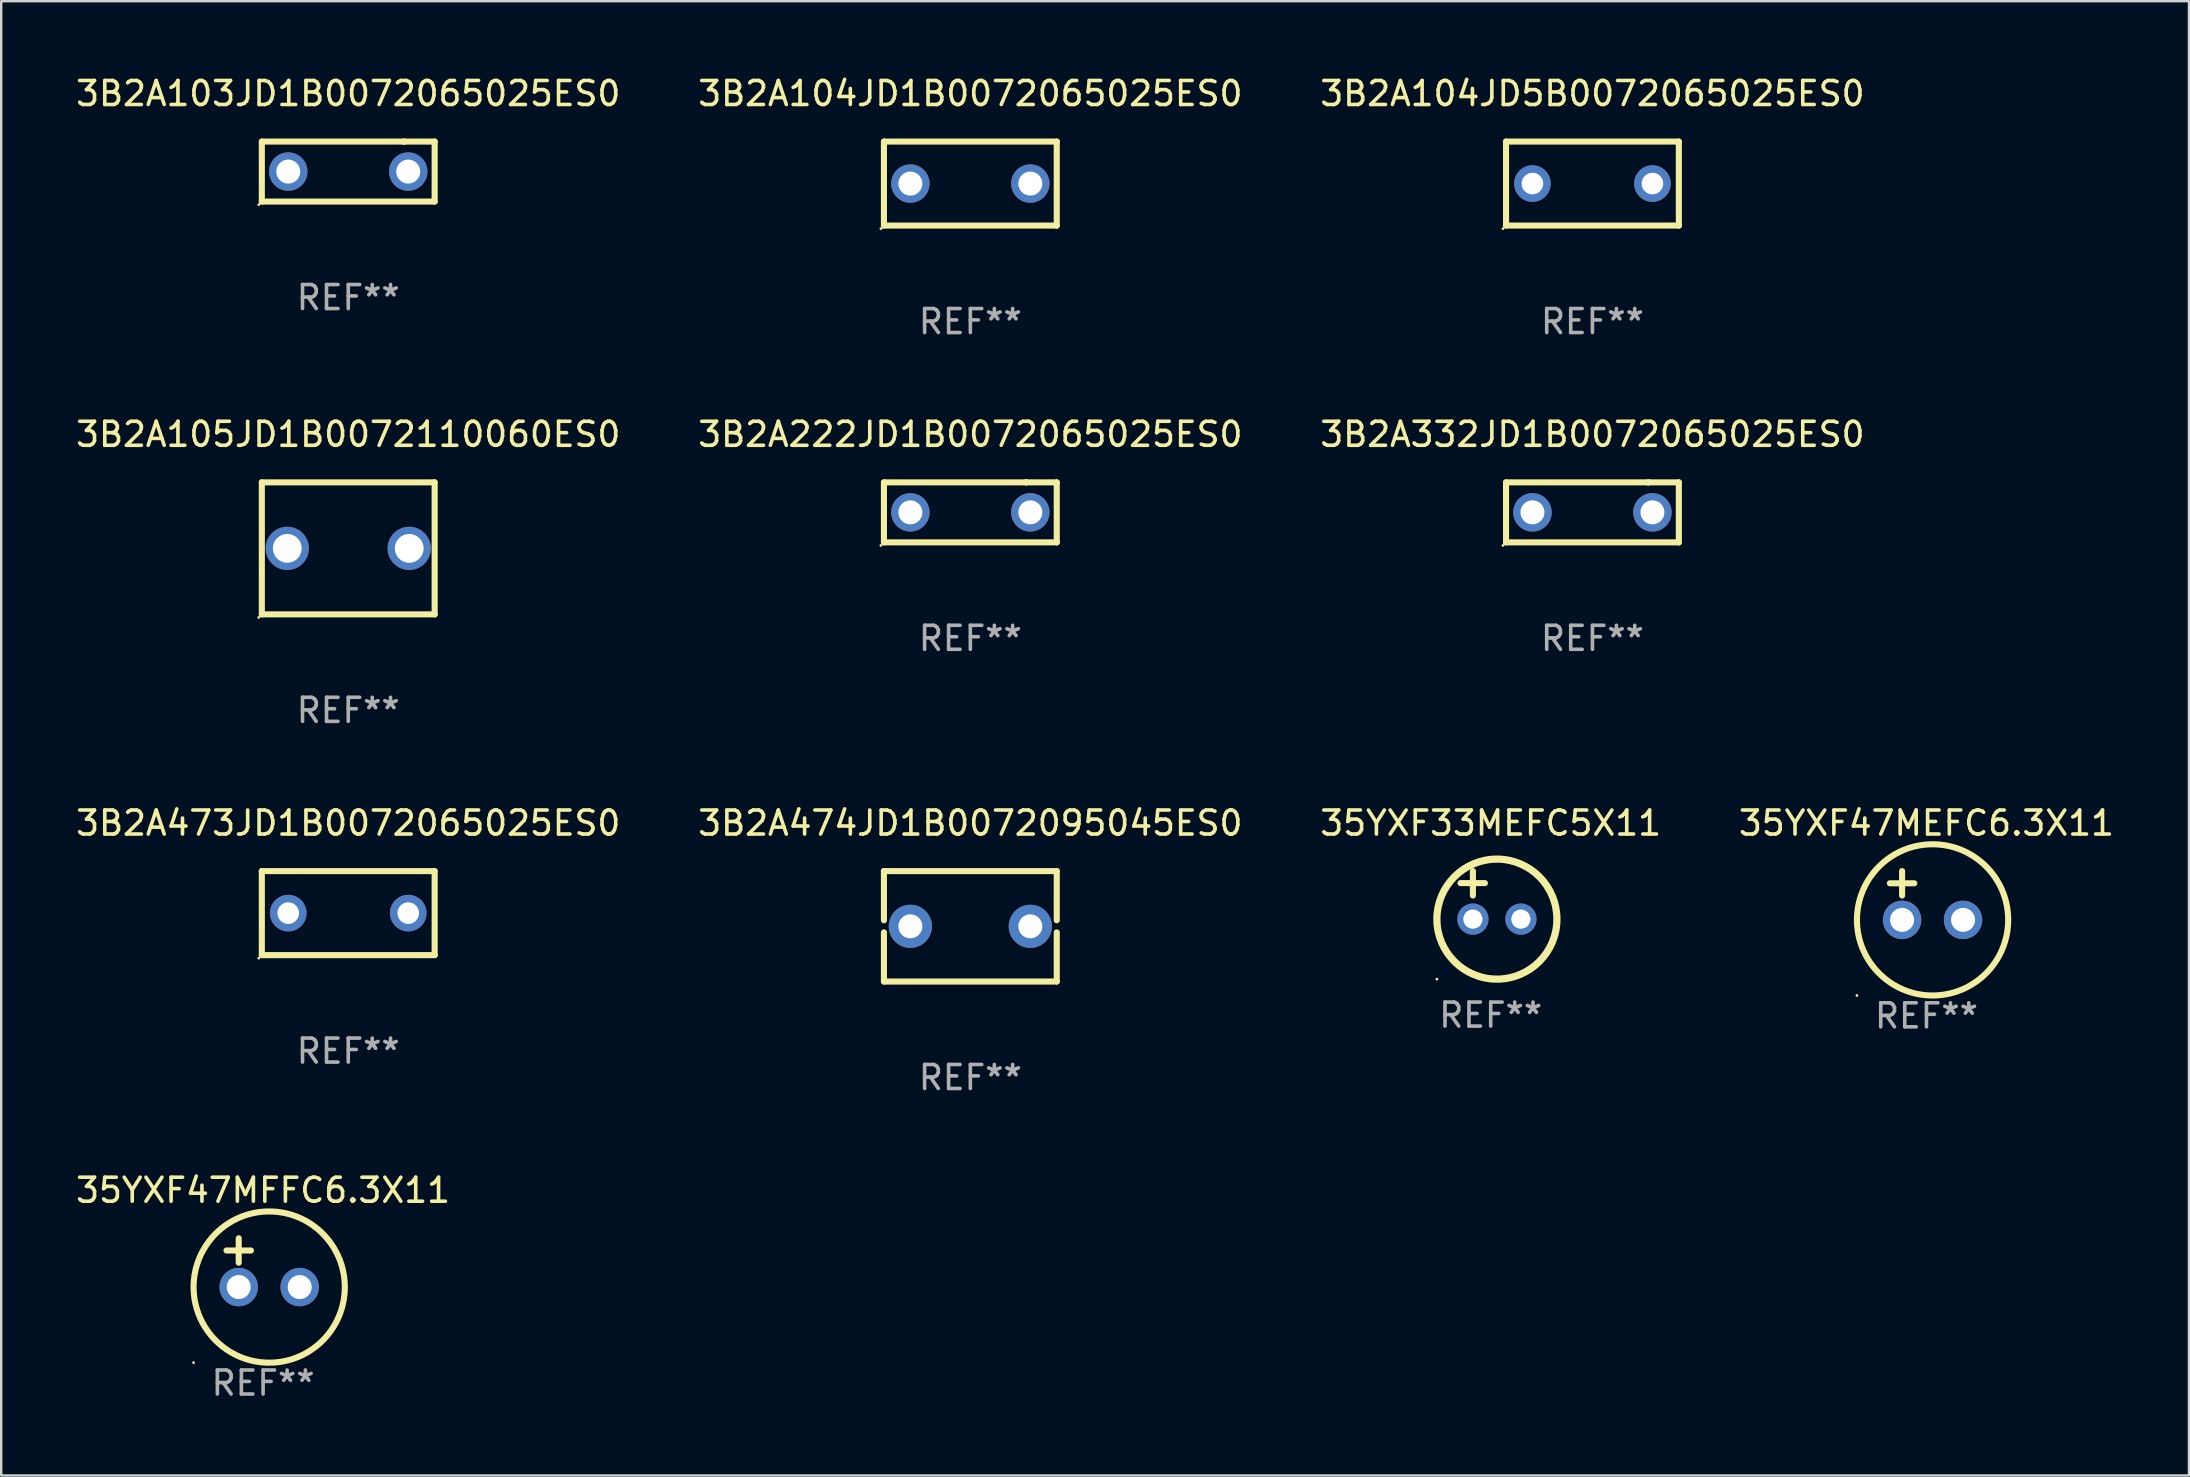
<source format=kicad_pcb>
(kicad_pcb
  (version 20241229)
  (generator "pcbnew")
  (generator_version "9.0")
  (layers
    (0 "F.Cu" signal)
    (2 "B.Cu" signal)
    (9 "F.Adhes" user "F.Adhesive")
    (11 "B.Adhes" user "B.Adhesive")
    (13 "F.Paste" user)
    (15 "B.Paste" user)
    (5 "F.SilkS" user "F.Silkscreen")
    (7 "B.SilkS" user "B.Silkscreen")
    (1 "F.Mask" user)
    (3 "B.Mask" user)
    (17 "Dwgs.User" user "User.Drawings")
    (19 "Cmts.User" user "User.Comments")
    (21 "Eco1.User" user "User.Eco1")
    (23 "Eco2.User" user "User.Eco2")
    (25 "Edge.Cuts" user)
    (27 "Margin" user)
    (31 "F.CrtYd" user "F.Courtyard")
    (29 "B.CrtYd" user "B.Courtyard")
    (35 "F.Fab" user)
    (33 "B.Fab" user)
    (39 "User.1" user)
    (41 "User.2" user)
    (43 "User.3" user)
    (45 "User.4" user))
  (footprint "3B2A332JD1B0072065025ES0"
    (layer "F.Cu")
    (at 63.292 18.295)
    (property "Reference" "3B2A332JD1B0072065025ES0" (at 0 -3.25 0) (layer "F.SilkS") (effects (font (size 1 1) (thickness 0.15))))
    (attr through_hole)
    (fp_line (start -3.6 1.25) (end -3.6 -1.25) (stroke (width 0.254) (type solid)) (layer "F.SilkS"))
    (fp_line (start -3.6 1.25) (end 3.6 1.25) (stroke (width 0.254) (type solid)) (layer "F.SilkS"))
    (fp_line (start -3.6 -1.25) (end 2.326 -1.25) (stroke (width 0.254) (type solid)) (layer "F.SilkS"))
    (fp_line (start 2.326 -1.25) (end 2.326 -1.25) (stroke (width 0.254) (type solid)) (layer "F.SilkS"))
    (fp_line (start 2.326 -1.25) (end 3.6 -1.25) (stroke (width 0.254) (type solid)) (layer "F.SilkS"))
    (fp_line (start 3.6 -1.25) (end 3.6 1.25) (stroke (width 0.254) (type solid)) (layer "F.SilkS"))
    (fp_circle (center -3.727 1.377) (end -3.697 1.377) (stroke (width 0.06) (type solid)) (fill no) (layer "F.SilkS"))
    (fp_text user "REF**" (at 0 5.25 0) (layer "F.Fab") (effects (font (size 1 1) (thickness 0.15))))
    (pad "1" thru_hole circle (at -2.499 -0.000013) (size 1.6 1.6) (drill 1) (layers "*.Cu" "*.Mask"))
    (pad "2" thru_hole circle (at 2.499 -0.000013) (size 1.6 1.6) (drill 1) (layers "*.Cu" "*.Mask")))
  (footprint "3B2A222JD1B0072065025ES0"
    (layer "F.Cu")
    (at 37.375 18.295)
    (property "Reference" "3B2A222JD1B0072065025ES0" (at 0 -3.25 0) (layer "F.SilkS") (effects (font (size 1 1) (thickness 0.15))))
    (attr through_hole)
    (fp_line (start -3.6 1.25) (end -3.6 -1.25) (stroke (width 0.254) (type solid)) (layer "F.SilkS"))
    (fp_line (start -3.6 1.25) (end 3.6 1.25) (stroke (width 0.254) (type solid)) (layer "F.SilkS"))
    (fp_line (start -3.6 -1.25) (end 2.326 -1.25) (stroke (width 0.254) (type solid)) (layer "F.SilkS"))
    (fp_line (start 2.326 -1.25) (end 2.326 -1.25) (stroke (width 0.254) (type solid)) (layer "F.SilkS"))
    (fp_line (start 2.326 -1.25) (end 3.6 -1.25) (stroke (width 0.254) (type solid)) (layer "F.SilkS"))
    (fp_line (start 3.6 -1.25) (end 3.6 1.25) (stroke (width 0.254) (type solid)) (layer "F.SilkS"))
    (fp_circle (center -3.727 1.377) (end -3.697 1.377) (stroke (width 0.06) (type solid)) (fill no) (layer "F.SilkS"))
    (fp_text user "REF**" (at 0 5.25 0) (layer "F.Fab") (effects (font (size 1 1) (thickness 0.15))))
    (pad "1" thru_hole circle (at -2.499 -0.000013) (size 1.6 1.6) (drill 1) (layers "*.Cu" "*.Mask"))
    (pad "2" thru_hole circle (at 2.499 -0.000013) (size 1.6 1.6) (drill 1) (layers "*.Cu" "*.Mask")))
  (footprint "3B2A473JD1B0072065025ES0"
    (layer "F.Cu")
    (at 11.458 34.991)
    (property "Reference" "3B2A473JD1B0072065025ES0" (at 0 -3.75 0) (layer "F.SilkS") (effects (font (size 1 1) (thickness 0.15))))
    (attr through_hole)
    (fp_line (start -3.6 -1.75) (end 3.6 -1.75) (stroke (width 0.254) (type solid)) (layer "F.SilkS"))
    (fp_line (start -3.6 1.75) (end -3.6 -1.75) (stroke (width 0.254) (type solid)) (layer "F.SilkS"))
    (fp_line (start 3.6 -1.75) (end 3.6 1.75) (stroke (width 0.254) (type solid)) (layer "F.SilkS"))
    (fp_line (start 3.6 1.75) (end -3.6 1.75) (stroke (width 0.254) (type solid)) (layer "F.SilkS"))
    (fp_circle (center -3.727 1.877) (end -3.697 1.877) (stroke (width 0.06) (type solid)) (fill no) (layer "F.SilkS"))
    (fp_text user "REF**" (at 0 5.75 0) (layer "F.Fab") (effects (font (size 1 1) (thickness 0.15))))
    (pad "1" thru_hole circle (at -2.5 0) (size 1.524 1.524) (drill 0.9) (layers "*.Cu" "*.Mask"))
    (pad "2" thru_hole circle (at 2.5 0) (size 1.524 1.524) (drill 0.9) (layers "*.Cu" "*.Mask")))
  (footprint "35YXF33MEFC5X11"
    (layer "F.Cu")
    (at 59.054 34.241)
    (property "Reference" "35YXF33MEFC5X11" (at 0 -3 0) (layer "F.SilkS") (effects (font (size 1 1) (thickness 0.15))))
    (attr through_hole)
    (fp_line (start -1.258 -0.5) (end -0.242 -0.5) (stroke (width 0.254) (type solid)) (layer "F.SilkS"))
    (fp_line (start -0.742 -1) (end -0.742 0.016) (stroke (width 0.254) (type solid)) (layer "F.SilkS"))
    (fp_circle (center -2.242 3.5) (end -2.212 3.5) (stroke (width 0.06) (type solid)) (fill no) (layer "F.SilkS"))
    (fp_circle (center 0.258 1) (end 2.758 1) (stroke (width 0.3) (type solid)) (fill no) (layer "F.SilkS"))
    (fp_text user "REF**" (at 0 5 0) (layer "F.Fab") (effects (font (size 1 1) (thickness 0.15))))
    (pad "1" thru_hole circle (at -0.742 1) (size 1.3 1.3) (drill 0.8) (layers "*.Cu" "*.Mask"))
    (pad "2" thru_hole circle (at 1.258 1) (size 1.3 1.3) (drill 0.8) (layers "*.Cu" "*.Mask")))
  (footprint "3B2A474JD1B0072095045ES0"
    (layer "F.Cu")
    (at 37.375 35.541)
    (property "Reference" "3B2A474JD1B0072095045ES0" (at 0 -4.3 0) (layer "F.SilkS") (effects (font (size 1 1) (thickness 0.15))))
    (attr through_hole)
    (fp_line (start -3.6 -2.3) (end -3.6 -0.252) (stroke (width 0.254) (type solid)) (layer "F.SilkS"))
    (fp_line (start -3.6 -2.3) (end 3.6 -2.3) (stroke (width 0.254) (type solid)) (layer "F.SilkS"))
    (fp_line (start -3.6 0.252) (end -3.6 2.3) (stroke (width 0.254) (type solid)) (layer "F.SilkS"))
    (fp_line (start -3.6 2.3) (end 3.6 2.3) (stroke (width 0.254) (type solid)) (layer "F.SilkS"))
    (fp_line (start 3.6 -0.252) (end 3.6 -2.3) (stroke (width 0.254) (type solid)) (layer "F.SilkS"))
    (fp_line (start 3.6 2.3) (end 3.6 0.252) (stroke (width 0.254) (type solid)) (layer "F.SilkS"))
    (fp_circle (center -3.6 2.25) (end -3.57 2.25) (stroke (width 0.06) (type solid)) (fill no) (layer "F.SilkS"))
    (fp_text user "REF**" (at 0 6.3 0) (layer "F.Fab") (effects (font (size 1 1) (thickness 0.15))))
    (pad "1" thru_hole circle (at -2.499 0) (size 1.8 1.8) (drill 1) (layers "*.Cu" "*.Mask"))
    (pad "2" thru_hole circle (at 2.499 0) (size 1.8 1.8) (drill 1) (layers "*.Cu" "*.Mask")))
  (footprint "3B2A105JD1B0072110060ES0"
    (layer "F.Cu")
    (at 11.458 19.795)
    (property "Reference" "3B2A105JD1B0072110060ES0" (at 0 -4.75 0) (layer "F.SilkS") (effects (font (size 1 1) (thickness 0.15))))
    (attr through_hole)
    (fp_line (start -3.6 -2.75) (end 3.6 -2.75) (stroke (width 0.254) (type solid)) (layer "F.SilkS"))
    (fp_line (start -3.6 2.75) (end -3.6 -2.75) (stroke (width 0.254) (type solid)) (layer "F.SilkS"))
    (fp_line (start 3.6 -2.75) (end 3.6 2.75) (stroke (width 0.254) (type solid)) (layer "F.SilkS"))
    (fp_line (start 3.6 2.75) (end -3.6 2.75) (stroke (width 0.254) (type solid)) (layer "F.SilkS"))
    (fp_circle (center -3.727 2.877) (end -3.697 2.877) (stroke (width 0.06) (type solid)) (fill no) (layer "F.SilkS"))
    (fp_text user "REF**" (at 0 6.75 0) (layer "F.Fab") (effects (font (size 1 1) (thickness 0.15))))
    (pad "1" thru_hole circle (at -2.54 -0.000025) (size 1.8 1.8) (drill 1.2) (layers "*.Cu" "*.Mask"))
    (pad "2" thru_hole circle (at 2.54 -0.000025) (size 1.8 1.8) (drill 1.2) (layers "*.Cu" "*.Mask")))
  (footprint "3B2A103JD1B0072065025ES0"
    (layer "F.Cu")
    (at 11.458 4.098)
    (property "Reference" "3B2A103JD1B0072065025ES0" (at 0 -3.25 0) (layer "F.SilkS") (effects (font (size 1 1) (thickness 0.15))))
    (attr through_hole)
    (fp_line (start -3.6 1.25) (end -3.6 -1.25) (stroke (width 0.254) (type solid)) (layer "F.SilkS"))
    (fp_line (start -3.6 1.25) (end 3.6 1.25) (stroke (width 0.254) (type solid)) (layer "F.SilkS"))
    (fp_line (start -3.6 -1.25) (end 2.326 -1.25) (stroke (width 0.254) (type solid)) (layer "F.SilkS"))
    (fp_line (start 2.326 -1.25) (end 2.326 -1.25) (stroke (width 0.254) (type solid)) (layer "F.SilkS"))
    (fp_line (start 2.326 -1.25) (end 3.6 -1.25) (stroke (width 0.254) (type solid)) (layer "F.SilkS"))
    (fp_line (start 3.6 -1.25) (end 3.6 1.25) (stroke (width 0.254) (type solid)) (layer "F.SilkS"))
    (fp_circle (center -3.727 1.377) (end -3.697 1.377) (stroke (width 0.06) (type solid)) (fill no) (layer "F.SilkS"))
    (fp_text user "REF**" (at 0 5.25 0) (layer "F.Fab") (effects (font (size 1 1) (thickness 0.15))))
    (pad "1" thru_hole circle (at -2.499 -0.000013) (size 1.6 1.6) (drill 1) (layers "*.Cu" "*.Mask"))
    (pad "2" thru_hole circle (at 2.499 -0.000013) (size 1.6 1.6) (drill 1) (layers "*.Cu" "*.Mask")))
  (footprint "3B2A104JD5B0072065025ES0"
    (layer "F.Cu")
    (at 63.292 4.598)
    (property "Reference" "3B2A104JD5B0072065025ES0" (at 0 -3.75 0) (layer "F.SilkS") (effects (font (size 1 1) (thickness 0.15))))
    (attr through_hole)
    (fp_line (start -3.6 -1.75) (end 3.6 -1.75) (stroke (width 0.254) (type solid)) (layer "F.SilkS"))
    (fp_line (start -3.6 1.75) (end -3.6 -1.75) (stroke (width 0.254) (type solid)) (layer "F.SilkS"))
    (fp_line (start 3.6 -1.75) (end 3.6 1.75) (stroke (width 0.254) (type solid)) (layer "F.SilkS"))
    (fp_line (start 3.6 1.75) (end -3.6 1.75) (stroke (width 0.254) (type solid)) (layer "F.SilkS"))
    (fp_circle (center -3.727 1.877) (end -3.697 1.877) (stroke (width 0.06) (type solid)) (fill no) (layer "F.SilkS"))
    (fp_text user "REF**" (at 0 5.75 0) (layer "F.Fab") (effects (font (size 1 1) (thickness 0.15))))
    (pad "1" thru_hole circle (at -2.5 0) (size 1.524 1.524) (drill 0.9) (layers "*.Cu" "*.Mask"))
    (pad "2" thru_hole circle (at 2.5 0) (size 1.524 1.524) (drill 0.9) (layers "*.Cu" "*.Mask")))
  (footprint "35YXF47MEFC6.3X11"
    (layer "F.Cu")
    (at 77.208 34.257)
    (property "Reference" "35YXF47MEFC6.3X11" (at 0 -3.016 0) (layer "F.SilkS") (effects (font (size 1 1) (thickness 0.15))))
    (attr through_hole)
    (fp_line (start -1.524 -0.508) (end -0.508 -0.508) (stroke (width 0.254) (type solid)) (layer "F.SilkS"))
    (fp_line (start -1.016 -1.016) (end -1.016 0) (stroke (width 0.254) (type solid)) (layer "F.SilkS"))
    (fp_circle (center -2.896 4.166) (end -2.866 4.166) (stroke (width 0.06) (type solid)) (fill no) (layer "F.SilkS"))
    (fp_circle (center 0.254 1.016) (end 3.404 1.016) (stroke (width 0.254) (type solid)) (fill no) (layer "F.SilkS"))
    (fp_text user "REF**" (at 0 5.016 0) (layer "F.Fab") (effects (font (size 1 1) (thickness 0.15))))
    (pad "1" thru_hole circle (at -1.016 1.016) (size 1.6 1.6) (drill 1) (layers "*.Cu" "*.Mask"))
    (pad "2" thru_hole circle (at 1.524 1.016) (size 1.6 1.6) (drill 1) (layers "*.Cu" "*.Mask")))
  (footprint "3B2A104JD1B0072065025ES0"
    (layer "F.Cu")
    (at 37.375 4.598)
    (property "Reference" "3B2A104JD1B0072065025ES0" (at 0 -3.75 0) (layer "F.SilkS") (effects (font (size 1 1) (thickness 0.15))))
    (attr through_hole)
    (fp_line (start -3.6 -1.75) (end 3.6 -1.75) (stroke (width 0.254) (type solid)) (layer "F.SilkS"))
    (fp_line (start -3.6 1.75) (end -3.6 -1.75) (stroke (width 0.254) (type solid)) (layer "F.SilkS"))
    (fp_line (start -3.6 1.75) (end 3.6 1.75) (stroke (width 0.254) (type solid)) (layer "F.SilkS"))
    (fp_line (start 3.6 -1.75) (end 3.6 1.75) (stroke (width 0.254) (type solid)) (layer "F.SilkS"))
    (fp_circle (center -3.727 1.877) (end -3.697 1.877) (stroke (width 0.06) (type solid)) (fill no) (layer "F.SilkS"))
    (fp_text user "REF**" (at 0 5.75 0) (layer "F.Fab") (effects (font (size 1 1) (thickness 0.15))))
    (pad "1" thru_hole circle (at -2.499 -0.000013) (size 1.6 1.6) (drill 1) (layers "*.Cu" "*.Mask"))
    (pad "2" thru_hole circle (at 2.499 -0.000013) (size 1.6 1.6) (drill 1) (layers "*.Cu" "*.Mask")))
  (footprint "35YXF47MFFC6.3X11"
    (layer "F.Cu")
    (at 7.911 49.554)
    (property "Reference" "35YXF47MFFC6.3X11" (at 0 -3.016 0) (layer "F.SilkS") (effects (font (size 1 1) (thickness 0.15))))
    (attr through_hole)
    (fp_line (start -1.524 -0.508) (end -0.508 -0.508) (stroke (width 0.254) (type solid)) (layer "F.SilkS"))
    (fp_line (start -1.016 -1.016) (end -1.016 0) (stroke (width 0.254) (type solid)) (layer "F.SilkS"))
    (fp_circle (center -2.896 4.166) (end -2.866 4.166) (stroke (width 0.06) (type solid)) (fill no) (layer "F.SilkS"))
    (fp_circle (center 0.254 1.016) (end 3.404 1.016) (stroke (width 0.254) (type solid)) (fill no) (layer "F.SilkS"))
    (fp_text user "REF**" (at 0 5.016 0) (layer "F.Fab") (effects (font (size 1 1) (thickness 0.15))))
    (pad "1" thru_hole circle (at -1.016 1.016) (size 1.6 1.6) (drill 1) (layers "*.Cu" "*.Mask"))
    (pad "2" thru_hole circle (at 1.524 1.016) (size 1.6 1.6) (drill 1) (layers "*.Cu" "*.Mask")))
  (gr_rect
    (start -3 -3)
    (end 88.143 58.418)
    (stroke (width 0.1) (type default))
    (fill no)
    (layer "Edge.Cuts")))
</source>
